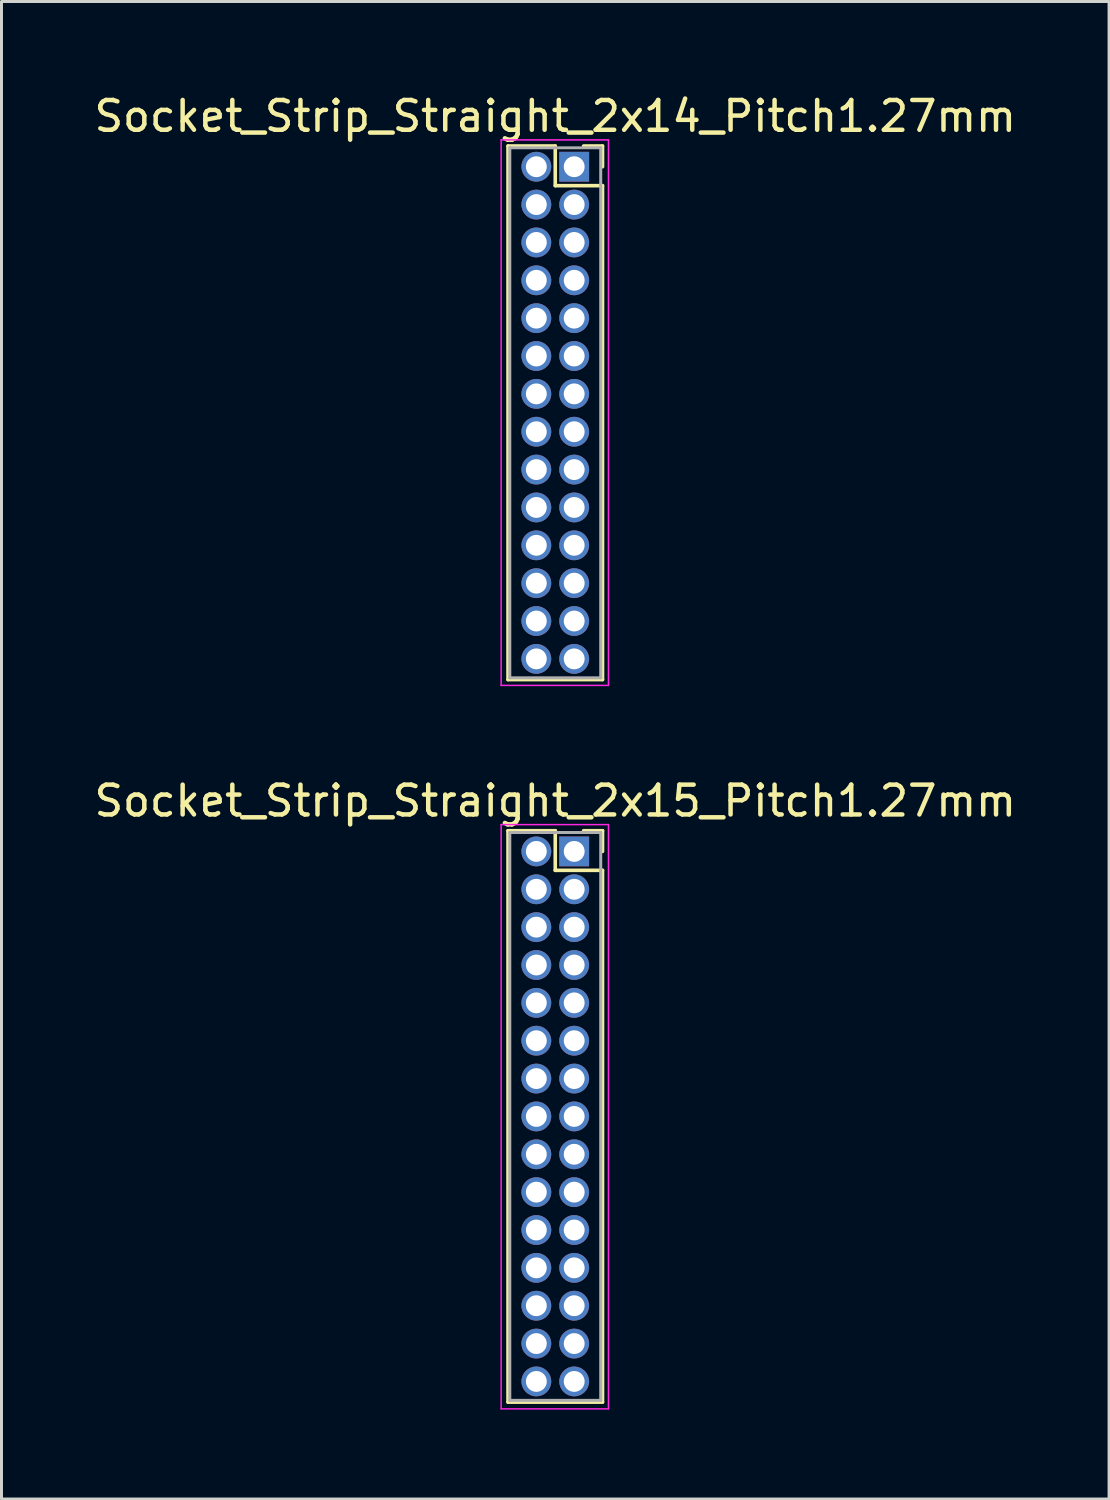
<source format=kicad_pcb>
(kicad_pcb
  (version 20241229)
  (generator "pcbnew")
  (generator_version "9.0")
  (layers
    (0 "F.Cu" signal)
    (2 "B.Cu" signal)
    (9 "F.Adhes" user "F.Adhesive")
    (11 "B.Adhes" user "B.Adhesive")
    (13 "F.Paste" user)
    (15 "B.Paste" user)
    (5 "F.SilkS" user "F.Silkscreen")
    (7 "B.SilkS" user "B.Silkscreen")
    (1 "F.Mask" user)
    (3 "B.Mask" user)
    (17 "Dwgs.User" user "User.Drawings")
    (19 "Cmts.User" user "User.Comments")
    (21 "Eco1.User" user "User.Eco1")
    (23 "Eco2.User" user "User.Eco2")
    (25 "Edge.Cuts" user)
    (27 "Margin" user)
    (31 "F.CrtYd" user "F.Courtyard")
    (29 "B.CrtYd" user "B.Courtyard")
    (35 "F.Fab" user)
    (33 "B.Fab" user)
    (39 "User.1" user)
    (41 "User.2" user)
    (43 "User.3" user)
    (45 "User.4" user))
  (footprint "Socket_Strip_Straight_2x15_Pitch1.27mm"
    (layer "F.Cu")
    (at 16.212 25.512)
    (property "Reference" "Socket_Strip_Straight_2x15_Pitch1.27mm" (at -0.635 -1.695 0) (layer "F.SilkS") (effects (font (size 1 1) (thickness 0.15))))
    (attr through_hole)
    (fp_line (start -2.22 -0.695) (end -0.635 -0.695) (stroke (width 0.12) (type solid)) (layer "F.SilkS"))
    (fp_line (start -2.22 18.475) (end -2.22 -0.695) (stroke (width 0.12) (type solid)) (layer "F.SilkS"))
    (fp_line (start -0.635 -0.695) (end -0.635 0.635) (stroke (width 0.12) (type solid)) (layer "F.SilkS"))
    (fp_line (start -0.635 0.635) (end 0.95 0.635) (stroke (width 0.12) (type solid)) (layer "F.SilkS"))
    (fp_line (start 0.95 -0.695) (end 0.315 -0.695) (stroke (width 0.12) (type solid)) (layer "F.SilkS"))
    (fp_line (start 0.95 0) (end 0.95 -0.695) (stroke (width 0.12) (type solid)) (layer "F.SilkS"))
    (fp_line (start 0.95 0.635) (end 0.95 18.475) (stroke (width 0.12) (type solid)) (layer "F.SilkS"))
    (fp_line (start 0.95 18.475) (end -2.22 18.475) (stroke (width 0.12) (type solid)) (layer "F.SilkS"))
    (fp_line (start -2.45 -0.9) (end -2.45 18.7) (stroke (width 0.05) (type solid)) (layer "F.CrtYd"))
    (fp_line (start -2.45 18.7) (end 1.15 18.7) (stroke (width 0.05) (type solid)) (layer "F.CrtYd"))
    (fp_line (start 1.15 -0.9) (end -2.45 -0.9) (stroke (width 0.05) (type solid)) (layer "F.CrtYd"))
    (fp_line (start 1.15 18.7) (end 1.15 -0.9) (stroke (width 0.05) (type solid)) (layer "F.CrtYd"))
    (fp_line (start -2.16 -0.635) (end -2.16 18.415) (stroke (width 0.1) (type solid)) (layer "F.Fab"))
    (fp_line (start -2.16 18.415) (end 0.89 18.415) (stroke (width 0.1) (type solid)) (layer "F.Fab"))
    (fp_line (start 0.89 -0.635) (end -2.16 -0.635) (stroke (width 0.1) (type solid)) (layer "F.Fab"))
    (fp_line (start 0.89 18.415) (end 0.89 -0.635) (stroke (width 0.1) (type solid)) (layer "F.Fab"))
    (pad "1" thru_hole rect (at 0 0) (size 1 1) (drill 0.7) (layers "*.Cu" "*.Mask"))
    (pad "2" thru_hole oval (at -1.27 0) (size 1 1) (drill 0.7) (layers "*.Cu" "*.Mask"))
    (pad "3" thru_hole oval (at 0 1.27) (size 1 1) (drill 0.7) (layers "*.Cu" "*.Mask"))
    (pad "4" thru_hole oval (at -1.27 1.27) (size 1 1) (drill 0.7) (layers "*.Cu" "*.Mask"))
    (pad "5" thru_hole oval (at 0 2.54) (size 1 1) (drill 0.7) (layers "*.Cu" "*.Mask"))
    (pad "6" thru_hole oval (at -1.27 2.54) (size 1 1) (drill 0.7) (layers "*.Cu" "*.Mask"))
    (pad "7" thru_hole oval (at 0 3.81) (size 1 1) (drill 0.7) (layers "*.Cu" "*.Mask"))
    (pad "8" thru_hole oval (at -1.27 3.81) (size 1 1) (drill 0.7) (layers "*.Cu" "*.Mask"))
    (pad "9" thru_hole oval (at 0 5.08) (size 1 1) (drill 0.7) (layers "*.Cu" "*.Mask"))
    (pad "10" thru_hole oval (at -1.27 5.08) (size 1 1) (drill 0.7) (layers "*.Cu" "*.Mask"))
    (pad "11" thru_hole oval (at 0 6.35) (size 1 1) (drill 0.7) (layers "*.Cu" "*.Mask"))
    (pad "12" thru_hole oval (at -1.27 6.35) (size 1 1) (drill 0.7) (layers "*.Cu" "*.Mask"))
    (pad "13" thru_hole oval (at 0 7.62) (size 1 1) (drill 0.7) (layers "*.Cu" "*.Mask"))
    (pad "14" thru_hole oval (at -1.27 7.62) (size 1 1) (drill 0.7) (layers "*.Cu" "*.Mask"))
    (pad "15" thru_hole oval (at 0 8.89) (size 1 1) (drill 0.7) (layers "*.Cu" "*.Mask"))
    (pad "16" thru_hole oval (at -1.27 8.89) (size 1 1) (drill 0.7) (layers "*.Cu" "*.Mask"))
    (pad "17" thru_hole oval (at 0 10.16) (size 1 1) (drill 0.7) (layers "*.Cu" "*.Mask"))
    (pad "18" thru_hole oval (at -1.27 10.16) (size 1 1) (drill 0.7) (layers "*.Cu" "*.Mask"))
    (pad "19" thru_hole oval (at 0 11.43) (size 1 1) (drill 0.7) (layers "*.Cu" "*.Mask"))
    (pad "20" thru_hole oval (at -1.27 11.43) (size 1 1) (drill 0.7) (layers "*.Cu" "*.Mask"))
    (pad "21" thru_hole oval (at 0 12.7) (size 1 1) (drill 0.7) (layers "*.Cu" "*.Mask"))
    (pad "22" thru_hole oval (at -1.27 12.7) (size 1 1) (drill 0.7) (layers "*.Cu" "*.Mask"))
    (pad "23" thru_hole oval (at 0 13.97) (size 1 1) (drill 0.7) (layers "*.Cu" "*.Mask"))
    (pad "24" thru_hole oval (at -1.27 13.97) (size 1 1) (drill 0.7) (layers "*.Cu" "*.Mask"))
    (pad "25" thru_hole oval (at 0 15.24) (size 1 1) (drill 0.7) (layers "*.Cu" "*.Mask"))
    (pad "26" thru_hole oval (at -1.27 15.24) (size 1 1) (drill 0.7) (layers "*.Cu" "*.Mask"))
    (pad "27" thru_hole oval (at 0 16.51) (size 1 1) (drill 0.7) (layers "*.Cu" "*.Mask"))
    (pad "28" thru_hole oval (at -1.27 16.51) (size 1 1) (drill 0.7) (layers "*.Cu" "*.Mask"))
    (pad "29" thru_hole oval (at 0 17.78) (size 1 1) (drill 0.7) (layers "*.Cu" "*.Mask"))
    (pad "30" thru_hole oval (at -1.27 17.78) (size 1 1) (drill 0.7) (layers "*.Cu" "*.Mask")))
  (footprint "Socket_Strip_Straight_2x14_Pitch1.27mm"
    (layer "F.Cu")
    (at 16.212 2.543)
    (property "Reference" "Socket_Strip_Straight_2x14_Pitch1.27mm" (at -0.635 -1.695 0) (layer "F.SilkS") (effects (font (size 1 1) (thickness 0.15))))
    (attr through_hole)
    (fp_line (start -2.22 -0.695) (end -0.635 -0.695) (stroke (width 0.12) (type solid)) (layer "F.SilkS"))
    (fp_line (start -2.22 17.205) (end -2.22 -0.695) (stroke (width 0.12) (type solid)) (layer "F.SilkS"))
    (fp_line (start -0.635 -0.695) (end -0.635 0.635) (stroke (width 0.12) (type solid)) (layer "F.SilkS"))
    (fp_line (start -0.635 0.635) (end 0.95 0.635) (stroke (width 0.12) (type solid)) (layer "F.SilkS"))
    (fp_line (start 0.95 -0.695) (end 0.315 -0.695) (stroke (width 0.12) (type solid)) (layer "F.SilkS"))
    (fp_line (start 0.95 0) (end 0.95 -0.695) (stroke (width 0.12) (type solid)) (layer "F.SilkS"))
    (fp_line (start 0.95 0.635) (end 0.95 17.205) (stroke (width 0.12) (type solid)) (layer "F.SilkS"))
    (fp_line (start 0.95 17.205) (end -2.22 17.205) (stroke (width 0.12) (type solid)) (layer "F.SilkS"))
    (fp_line (start -2.45 -0.9) (end -2.45 17.4) (stroke (width 0.05) (type solid)) (layer "F.CrtYd"))
    (fp_line (start -2.45 17.4) (end 1.15 17.4) (stroke (width 0.05) (type solid)) (layer "F.CrtYd"))
    (fp_line (start 1.15 -0.9) (end -2.45 -0.9) (stroke (width 0.05) (type solid)) (layer "F.CrtYd"))
    (fp_line (start 1.15 17.4) (end 1.15 -0.9) (stroke (width 0.05) (type solid)) (layer "F.CrtYd"))
    (fp_line (start -2.16 -0.635) (end -2.16 17.145) (stroke (width 0.1) (type solid)) (layer "F.Fab"))
    (fp_line (start -2.16 17.145) (end 0.89 17.145) (stroke (width 0.1) (type solid)) (layer "F.Fab"))
    (fp_line (start 0.89 -0.635) (end -2.16 -0.635) (stroke (width 0.1) (type solid)) (layer "F.Fab"))
    (fp_line (start 0.89 17.145) (end 0.89 -0.635) (stroke (width 0.1) (type solid)) (layer "F.Fab"))
    (pad "1" thru_hole rect (at 0 0) (size 1 1) (drill 0.7) (layers "*.Cu" "*.Mask"))
    (pad "2" thru_hole oval (at -1.27 0) (size 1 1) (drill 0.7) (layers "*.Cu" "*.Mask"))
    (pad "3" thru_hole oval (at 0 1.27) (size 1 1) (drill 0.7) (layers "*.Cu" "*.Mask"))
    (pad "4" thru_hole oval (at -1.27 1.27) (size 1 1) (drill 0.7) (layers "*.Cu" "*.Mask"))
    (pad "5" thru_hole oval (at 0 2.54) (size 1 1) (drill 0.7) (layers "*.Cu" "*.Mask"))
    (pad "6" thru_hole oval (at -1.27 2.54) (size 1 1) (drill 0.7) (layers "*.Cu" "*.Mask"))
    (pad "7" thru_hole oval (at 0 3.81) (size 1 1) (drill 0.7) (layers "*.Cu" "*.Mask"))
    (pad "8" thru_hole oval (at -1.27 3.81) (size 1 1) (drill 0.7) (layers "*.Cu" "*.Mask"))
    (pad "9" thru_hole oval (at 0 5.08) (size 1 1) (drill 0.7) (layers "*.Cu" "*.Mask"))
    (pad "10" thru_hole oval (at -1.27 5.08) (size 1 1) (drill 0.7) (layers "*.Cu" "*.Mask"))
    (pad "11" thru_hole oval (at 0 6.35) (size 1 1) (drill 0.7) (layers "*.Cu" "*.Mask"))
    (pad "12" thru_hole oval (at -1.27 6.35) (size 1 1) (drill 0.7) (layers "*.Cu" "*.Mask"))
    (pad "13" thru_hole oval (at 0 7.62) (size 1 1) (drill 0.7) (layers "*.Cu" "*.Mask"))
    (pad "14" thru_hole oval (at -1.27 7.62) (size 1 1) (drill 0.7) (layers "*.Cu" "*.Mask"))
    (pad "15" thru_hole oval (at 0 8.89) (size 1 1) (drill 0.7) (layers "*.Cu" "*.Mask"))
    (pad "16" thru_hole oval (at -1.27 8.89) (size 1 1) (drill 0.7) (layers "*.Cu" "*.Mask"))
    (pad "17" thru_hole oval (at 0 10.16) (size 1 1) (drill 0.7) (layers "*.Cu" "*.Mask"))
    (pad "18" thru_hole oval (at -1.27 10.16) (size 1 1) (drill 0.7) (layers "*.Cu" "*.Mask"))
    (pad "19" thru_hole oval (at 0 11.43) (size 1 1) (drill 0.7) (layers "*.Cu" "*.Mask"))
    (pad "20" thru_hole oval (at -1.27 11.43) (size 1 1) (drill 0.7) (layers "*.Cu" "*.Mask"))
    (pad "21" thru_hole oval (at 0 12.7) (size 1 1) (drill 0.7) (layers "*.Cu" "*.Mask"))
    (pad "22" thru_hole oval (at -1.27 12.7) (size 1 1) (drill 0.7) (layers "*.Cu" "*.Mask"))
    (pad "23" thru_hole oval (at 0 13.97) (size 1 1) (drill 0.7) (layers "*.Cu" "*.Mask"))
    (pad "24" thru_hole oval (at -1.27 13.97) (size 1 1) (drill 0.7) (layers "*.Cu" "*.Mask"))
    (pad "25" thru_hole oval (at 0 15.24) (size 1 1) (drill 0.7) (layers "*.Cu" "*.Mask"))
    (pad "26" thru_hole oval (at -1.27 15.24) (size 1 1) (drill 0.7) (layers "*.Cu" "*.Mask"))
    (pad "27" thru_hole oval (at 0 16.51) (size 1 1) (drill 0.7) (layers "*.Cu" "*.Mask"))
    (pad "28" thru_hole oval (at -1.27 16.51) (size 1 1) (drill 0.7) (layers "*.Cu" "*.Mask")))
  (gr_rect
    (start -3 -3)
    (end 34.155 47.236)
    (stroke (width 0.1) (type default))
    (fill no)
    (layer "Edge.Cuts")))
</source>
